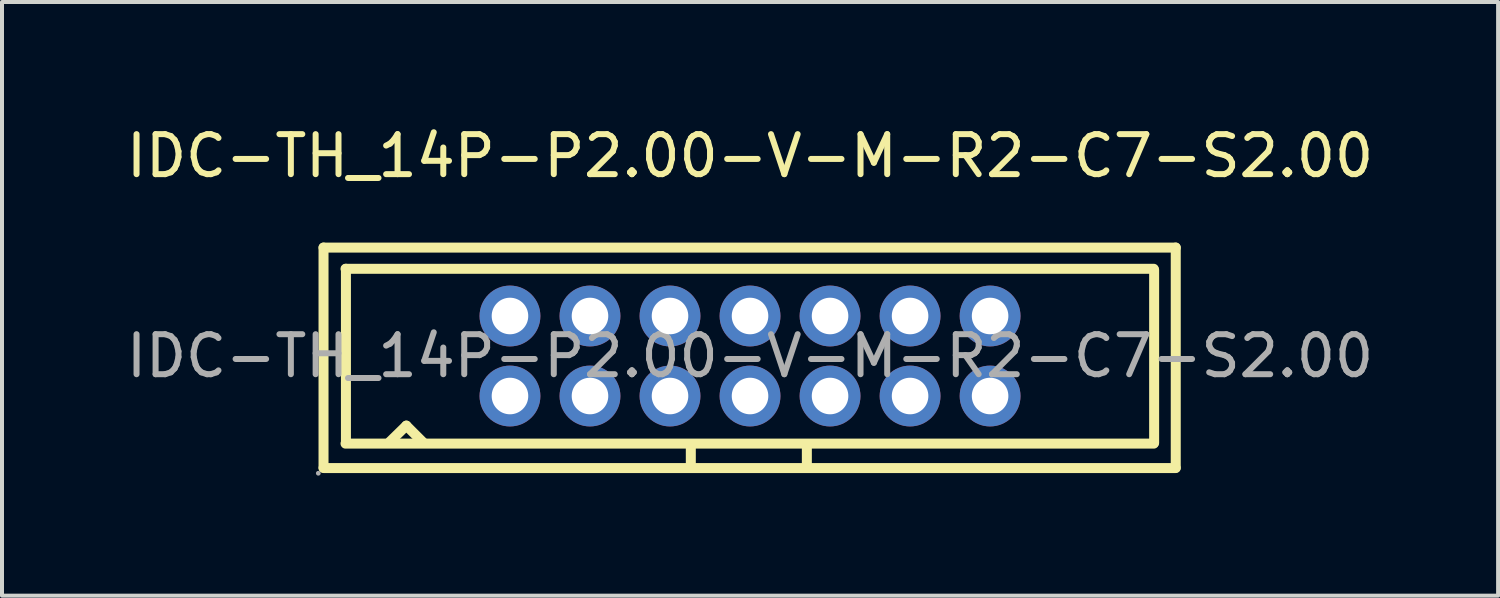
<source format=kicad_pcb>
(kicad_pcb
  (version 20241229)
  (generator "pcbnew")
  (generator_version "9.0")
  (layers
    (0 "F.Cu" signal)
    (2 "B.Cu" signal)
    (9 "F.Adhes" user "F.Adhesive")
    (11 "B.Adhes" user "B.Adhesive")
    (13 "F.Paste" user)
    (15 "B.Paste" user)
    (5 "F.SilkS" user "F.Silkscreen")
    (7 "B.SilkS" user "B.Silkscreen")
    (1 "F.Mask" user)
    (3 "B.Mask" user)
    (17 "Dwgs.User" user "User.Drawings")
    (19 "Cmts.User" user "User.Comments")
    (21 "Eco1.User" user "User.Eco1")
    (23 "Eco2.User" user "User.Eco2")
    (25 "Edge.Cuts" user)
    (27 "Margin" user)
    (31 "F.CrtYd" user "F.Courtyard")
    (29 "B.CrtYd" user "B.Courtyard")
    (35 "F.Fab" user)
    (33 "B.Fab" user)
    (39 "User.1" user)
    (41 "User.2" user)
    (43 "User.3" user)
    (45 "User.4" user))
  (footprint "IDC-TH_14P-P2.00-V-M-R2-C7-S2.00"
    (layer "F.Cu")
    (at 15.696 5.848)
    (property "Reference" "IDC-TH_14P-P2.00-V-M-R2-C7-S2.00" (at 0 -5 0) (layer "F.SilkS") (effects (font (size 1 1) (thickness 0.15))))
    (attr through_hole)
    (fp_line (start -10.66 -2.71) (end -10.66 2.79) (stroke (width 0.25) (type solid)) (layer "F.SilkS"))
    (fp_line (start -10.66 -2.71) (end 10.64 -2.71) (stroke (width 0.25) (type solid)) (layer "F.SilkS"))
    (fp_line (start -10.11 -2.18) (end 10.09 -2.18) (stroke (width 0.25) (type solid)) (layer "F.SilkS"))
    (fp_line (start -10.1 -2.18) (end -10.1 2.17) (stroke (width 0.25) (type solid)) (layer "F.SilkS"))
    (fp_line (start -9 2.14) (end -8.59 1.74) (stroke (width 0.25) (type solid)) (layer "F.SilkS"))
    (fp_line (start -8.59 1.74) (end -8.16 2.17) (stroke (width 0.25) (type solid)) (layer "F.SilkS"))
    (fp_line (start -1.48 2.22) (end -1.48 2.73) (stroke (width 0.25) (type solid)) (layer "F.SilkS"))
    (fp_line (start 1.42 2.22) (end 1.42 2.75) (stroke (width 0.25) (type solid)) (layer "F.SilkS"))
    (fp_line (start 10.09 2.19) (end -10.11 2.19) (stroke (width 0.25) (type solid)) (layer "F.SilkS"))
    (fp_line (start 10.1 -2.15) (end 10.1 2.17) (stroke (width 0.25) (type solid)) (layer "F.SilkS"))
    (fp_line (start 10.64 -2.71) (end 10.64 2.79) (stroke (width 0.25) (type solid)) (layer "F.SilkS"))
    (fp_line (start 10.64 2.8) (end -10.66 2.8) (stroke (width 0.25) (type solid)) (layer "F.SilkS"))
    (fp_circle (center -10.79 2.93) (end -10.76 2.93) (stroke (width 0.06) (type solid)) (fill no) (layer "F.Fab"))
    (fp_circle (center -6 -1) (end -5.82 -1) (stroke (width 0.36) (type solid)) (fill no) (layer "F.Fab"))
    (fp_circle (center -6 1) (end -5.82 1) (stroke (width 0.36) (type solid)) (fill no) (layer "F.Fab"))
    (fp_circle (center -4 -1) (end -3.82 -1) (stroke (width 0.36) (type solid)) (fill no) (layer "F.Fab"))
    (fp_circle (center -4 1) (end -3.82 1) (stroke (width 0.36) (type solid)) (fill no) (layer "F.Fab"))
    (fp_circle (center -2 -1) (end -1.82 -1) (stroke (width 0.36) (type solid)) (fill no) (layer "F.Fab"))
    (fp_circle (center -2 1) (end -1.82 1) (stroke (width 0.36) (type solid)) (fill no) (layer "F.Fab"))
    (fp_circle (center 0 -1) (end 0.18 -1) (stroke (width 0.36) (type solid)) (fill no) (layer "F.Fab"))
    (fp_circle (center 0 1) (end 0.18 1) (stroke (width 0.36) (type solid)) (fill no) (layer "F.Fab"))
    (fp_circle (center 2 -1) (end 2.18 -1) (stroke (width 0.36) (type solid)) (fill no) (layer "F.Fab"))
    (fp_circle (center 2 1) (end 2.18 1) (stroke (width 0.36) (type solid)) (fill no) (layer "F.Fab"))
    (fp_circle (center 4 -1) (end 4.18 -1) (stroke (width 0.36) (type solid)) (fill no) (layer "F.Fab"))
    (fp_circle (center 4 1) (end 4.18 1) (stroke (width 0.36) (type solid)) (fill no) (layer "F.Fab"))
    (fp_circle (center 6 -1) (end 6.18 -1) (stroke (width 0.36) (type solid)) (fill no) (layer "F.Fab"))
    (fp_circle (center 6 1) (end 6.18 1) (stroke (width 0.36) (type solid)) (fill no) (layer "F.Fab"))
    (fp_text user "${REFERENCE}" (at 0 0 0) (layer "F.Fab") (effects (font (size 1 1) (thickness 0.15))))
    (pad "1" thru_hole circle (at -6 1) (size 1.52 1.52) (drill 0.914) (layers "*.Cu" "*.Paste" "*.Mask"))
    (pad "2" thru_hole circle (at -6 -1) (size 1.52 1.52) (drill 0.914) (layers "*.Cu" "*.Paste" "*.Mask"))
    (pad "3" thru_hole circle (at -4 1) (size 1.52 1.52) (drill 0.914) (layers "*.Cu" "*.Paste" "*.Mask"))
    (pad "4" thru_hole circle (at -4 -1) (size 1.52 1.52) (drill 0.914) (layers "*.Cu" "*.Paste" "*.Mask"))
    (pad "5" thru_hole circle (at -2 1) (size 1.52 1.52) (drill 0.914) (layers "*.Cu" "*.Paste" "*.Mask"))
    (pad "6" thru_hole circle (at -2 -1) (size 1.52 1.52) (drill 0.914) (layers "*.Cu" "*.Paste" "*.Mask"))
    (pad "7" thru_hole circle (at 0 1) (size 1.52 1.52) (drill 0.914) (layers "*.Cu" "*.Paste" "*.Mask"))
    (pad "8" thru_hole circle (at 0 -1) (size 1.52 1.52) (drill 0.914) (layers "*.Cu" "*.Paste" "*.Mask"))
    (pad "9" thru_hole circle (at 2 1) (size 1.52 1.52) (drill 0.914) (layers "*.Cu" "*.Paste" "*.Mask"))
    (pad "10" thru_hole circle (at 2 -1) (size 1.52 1.52) (drill 0.914) (layers "*.Cu" "*.Paste" "*.Mask"))
    (pad "11" thru_hole circle (at 4 1) (size 1.52 1.52) (drill 0.914) (layers "*.Cu" "*.Paste" "*.Mask"))
    (pad "12" thru_hole circle (at 4 -1) (size 1.52 1.52) (drill 0.914) (layers "*.Cu" "*.Paste" "*.Mask"))
    (pad "13" thru_hole circle (at 6 1) (size 1.52 1.52) (drill 0.914) (layers "*.Cu" "*.Paste" "*.Mask"))
    (pad "14" thru_hole circle (at 6 -1) (size 1.52 1.52) (drill 0.914) (layers "*.Cu" "*.Paste" "*.Mask")))
  (gr_rect
    (start -3 -3)
    (end 34.393 11.838)
    (stroke (width 0.1) (type default))
    (fill no)
    (layer "Edge.Cuts")))
</source>
